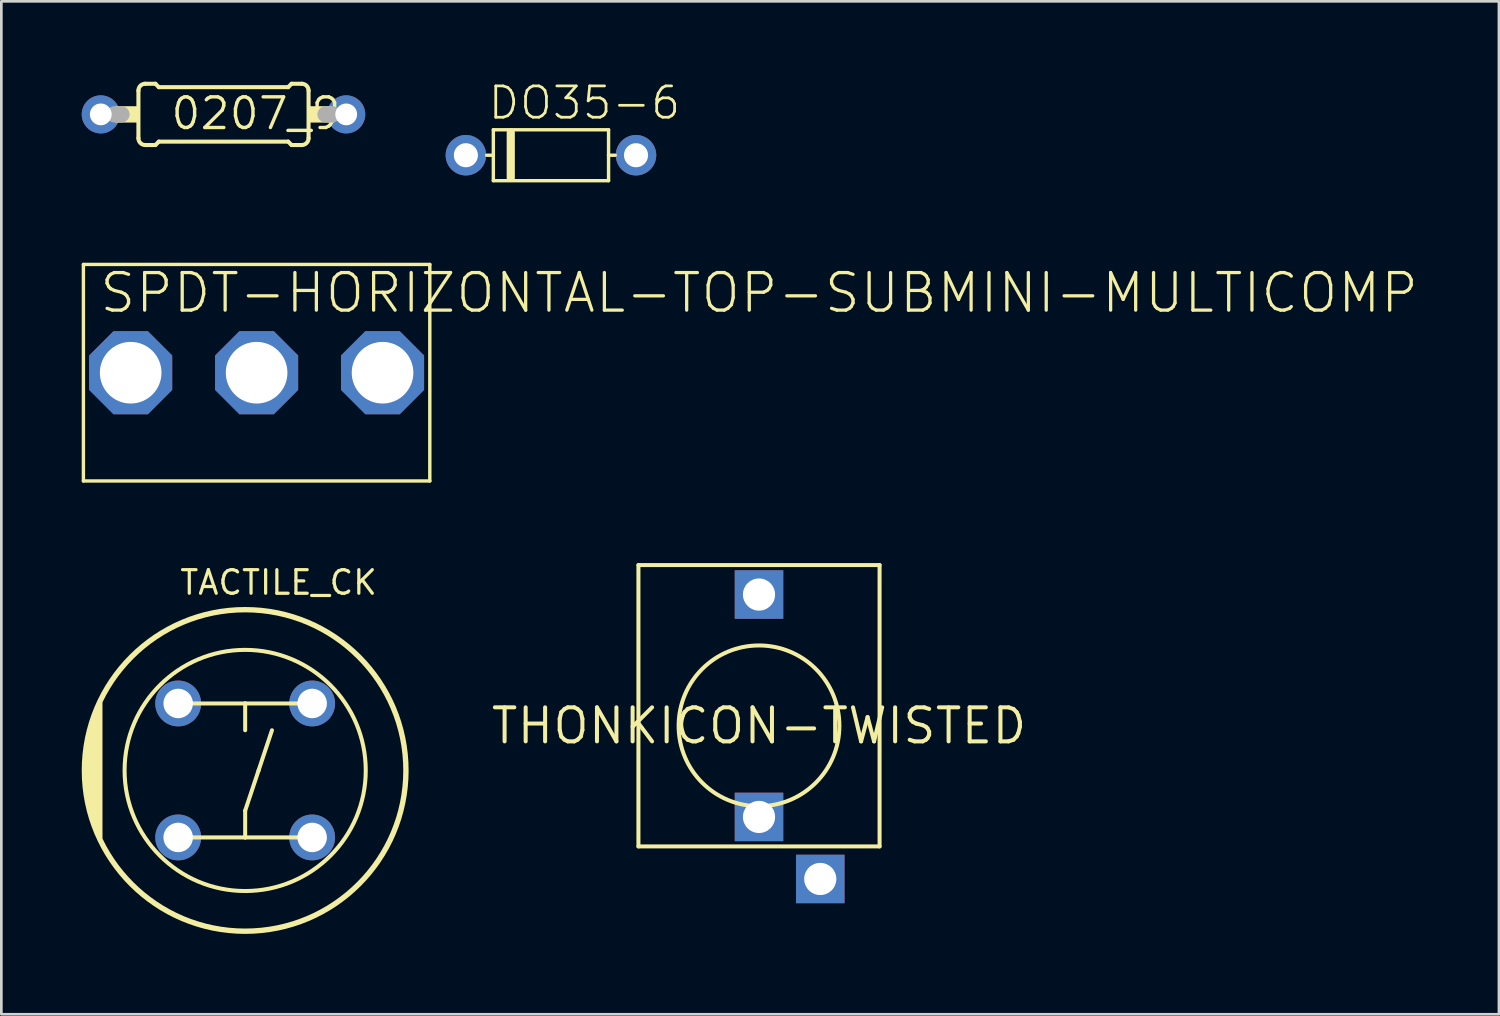
<source format=kicad_pcb>
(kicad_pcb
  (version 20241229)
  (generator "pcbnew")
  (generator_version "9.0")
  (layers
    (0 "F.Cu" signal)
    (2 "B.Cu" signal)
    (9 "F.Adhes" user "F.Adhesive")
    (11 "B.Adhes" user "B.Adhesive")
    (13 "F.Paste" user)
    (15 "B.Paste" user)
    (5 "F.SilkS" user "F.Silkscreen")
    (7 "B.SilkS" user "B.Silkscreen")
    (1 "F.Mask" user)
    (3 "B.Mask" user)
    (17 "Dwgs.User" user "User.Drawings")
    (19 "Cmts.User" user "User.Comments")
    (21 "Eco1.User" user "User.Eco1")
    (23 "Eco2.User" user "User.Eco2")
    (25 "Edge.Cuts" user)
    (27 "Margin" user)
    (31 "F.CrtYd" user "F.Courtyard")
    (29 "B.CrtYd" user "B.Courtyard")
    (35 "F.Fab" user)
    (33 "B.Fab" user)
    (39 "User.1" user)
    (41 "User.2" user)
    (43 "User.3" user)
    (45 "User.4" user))
  (footprint "SPDT-HORIZONTAL-TOP-SUBMINI-MULTICOMP"
    (layer "F.Cu")
    (at 6.527 10.86)
    (property "Reference" "SPDT-HORIZONTAL-TOP-SUBMINI-MULTICOMP" (at -5.928 -2.158 0) (layer "F.SilkS") (effects (font (size 1.402 1.402) (thickness 0.122)) (justify left bottom)))
    (fp_line (start -6.464 -4.04) (end -6.464 4.04) (stroke (width 0.127) (type solid)) (layer "F.SilkS"))
    (fp_line (start -6.464 4.04) (end 6.464 4.04) (stroke (width 0.127) (type solid)) (layer "F.SilkS"))
    (fp_line (start 6.464 -4.04) (end -6.464 -4.04) (stroke (width 0.127) (type solid)) (layer "F.SilkS"))
    (fp_line (start 6.464 4.04) (end 6.464 -4.04) (stroke (width 0.127) (type solid)) (layer "F.SilkS"))
    (pad "1" thru_hole roundrect (at 4.7 0 90) (size 3.1 3.1) (drill 2.3) (layers "*.Cu" "*.Mask") (roundrect_rratio 0.25) (chamfer_ratio 0.293) (chamfer top_left top_right bottom_left bottom_right))
    (pad "2" thru_hole roundrect (at 0 0 90) (size 3.1 3.1) (drill 2.3) (layers "*.Cu" "*.Mask") (roundrect_rratio 0.25) (chamfer_ratio 0.293) (chamfer top_left top_right bottom_left bottom_right))
    (pad "3" thru_hole roundrect (at -4.7 0 90) (size 3.1 3.1) (drill 2.3) (layers "*.Cu" "*.Mask") (roundrect_rratio 0.25) (chamfer_ratio 0.293) (chamfer top_left top_right bottom_left bottom_right)))
  (footprint "0207_9"
    (layer "F.Cu")
    (at 5.291 1.219)
    (property "Reference" "0207_9" (at -2.032 0.635 0) (layer "F.SilkS") (effects (font (size 1.143 1.143) (thickness 0.127)) (justify left bottom)))
    (fp_line (start -3.175 0.889) (end -3.175 -0.889) (stroke (width 0.152) (type solid)) (layer "F.SilkS"))
    (fp_line (start -2.921 -1.143) (end -2.54 -1.143) (stroke (width 0.152) (type solid)) (layer "F.SilkS"))
    (fp_line (start -2.921 1.143) (end -2.54 1.143) (stroke (width 0.152) (type solid)) (layer "F.SilkS"))
    (fp_line (start -2.413 -1.016) (end -2.54 -1.143) (stroke (width 0.152) (type solid)) (layer "F.SilkS"))
    (fp_line (start -2.413 1.016) (end -2.54 1.143) (stroke (width 0.152) (type solid)) (layer "F.SilkS"))
    (fp_line (start 2.413 -1.016) (end -2.413 -1.016) (stroke (width 0.152) (type solid)) (layer "F.SilkS"))
    (fp_line (start 2.413 -1.016) (end 2.54 -1.143) (stroke (width 0.152) (type solid)) (layer "F.SilkS"))
    (fp_line (start 2.413 1.016) (end -2.413 1.016) (stroke (width 0.152) (type solid)) (layer "F.SilkS"))
    (fp_line (start 2.413 1.016) (end 2.54 1.143) (stroke (width 0.152) (type solid)) (layer "F.SilkS"))
    (fp_line (start 2.921 -1.143) (end 2.54 -1.143) (stroke (width 0.152) (type solid)) (layer "F.SilkS"))
    (fp_line (start 2.921 1.143) (end 2.54 1.143) (stroke (width 0.152) (type solid)) (layer "F.SilkS"))
    (fp_line (start 3.175 0.889) (end 3.175 -0.889) (stroke (width 0.152) (type solid)) (layer "F.SilkS"))
    (fp_arc (start -3.175 -0.889) (mid -3.100605 -1.068605) (end -2.921 -1.143) (stroke (width 0.1524) (type solid)) (layer "F.SilkS"))
    (fp_arc (start -2.921 1.143) (mid -3.100605 1.068605) (end -3.175 0.889) (stroke (width 0.1524) (type solid)) (layer "F.SilkS"))
    (fp_arc (start 2.921 -1.143) (mid 3.100605 -1.068605) (end 3.175 -0.889) (stroke (width 0.1524) (type solid)) (layer "F.SilkS"))
    (fp_arc (start 3.175 0.889) (mid 3.100605 1.068605) (end 2.921 1.143) (stroke (width 0.1524) (type solid)) (layer "F.SilkS"))
    (fp_poly (pts (xy -4.039 0.305) (xy -3.175 0.305) (xy -3.175 -0.305) (xy -4.039 -0.305)) (stroke (width 0) (type solid)) (fill yes) (layer "F.SilkS"))
    (fp_poly (pts (xy 3.175 0.305) (xy 4.039 0.305) (xy 4.039 -0.305) (xy 3.175 -0.305)) (stroke (width 0) (type solid)) (fill yes) (layer "F.SilkS"))
    (fp_line (start -3.81 0) (end -4.064 0) (stroke (width 0.61) (type solid)) (layer "F.Fab"))
    (fp_line (start 3.81 0) (end 4.064 0) (stroke (width 0.61) (type solid)) (layer "F.Fab"))
    (pad "1" thru_hole circle (at -4.58 0) (size 1.422 1.422) (drill 0.813) (layers "*.Cu" "*.Mask"))
    (pad "2" thru_hole circle (at 4.58 0) (size 1.422 1.422) (drill 0.813) (layers "*.Cu" "*.Mask")))
  (footprint "DO35-6"
    (layer "F.Cu")
    (at 17.512 2.743)
    (property "Reference" "DO35-6" (at -2.405 -1.27 0) (layer "F.SilkS") (effects (font (size 1.168 1.168) (thickness 0.102)) (justify left bottom)))
    (fp_line (start -2.15 -0.95) (end 2.15 -0.95) (stroke (width 0.127) (type solid)) (layer "F.SilkS"))
    (fp_line (start -2.15 0) (end -2.4 0) (stroke (width 0.127) (type solid)) (layer "F.SilkS"))
    (fp_line (start -2.15 0) (end -2.15 -0.95) (stroke (width 0.127) (type solid)) (layer "F.SilkS"))
    (fp_line (start -2.15 0.95) (end -2.15 0) (stroke (width 0.127) (type solid)) (layer "F.SilkS"))
    (fp_line (start -1.5 -0.85) (end -1.5 0.85) (stroke (width 0.305) (type solid)) (layer "F.SilkS"))
    (fp_line (start 2.15 -0.95) (end 2.15 0) (stroke (width 0.127) (type solid)) (layer "F.SilkS"))
    (fp_line (start 2.15 0) (end 2.15 0.95) (stroke (width 0.127) (type solid)) (layer "F.SilkS"))
    (fp_line (start 2.15 0) (end 2.4 0) (stroke (width 0.127) (type solid)) (layer "F.SilkS"))
    (fp_line (start 2.15 0.95) (end -2.15 0.95) (stroke (width 0.127) (type solid)) (layer "F.SilkS"))
    (pad "ANODE" thru_hole circle (at 3.175 0) (size 1.51 1.51) (drill 0.9) (layers "*.Cu" "*.Mask"))
    (pad "CATHODE" thru_hole circle (at -3.175 0) (size 1.51 1.51) (drill 0.9) (layers "*.Cu" "*.Mask")))
  (footprint "TACTILE_CK"
    (layer "F.Cu")
    (at 6.1 25.704)
    (property "Reference" "TACTILE_CK" (at -2.5 -6.5 0) (layer "F.SilkS") (effects (font (size 0.88 0.88) (thickness 0.12)) (justify left bottom)))
    (fp_line (start -5.9 -0.7) (end -5.9 0.6) (stroke (width 0.15) (type solid)) (layer "F.SilkS"))
    (fp_line (start -5.8 -1.3) (end -5.8 1.3) (stroke (width 0.15) (type solid)) (layer "F.SilkS"))
    (fp_line (start -5.7 -1.7) (end -5.7 1.7) (stroke (width 0.15) (type solid)) (layer "F.SilkS"))
    (fp_line (start -5.6 2) (end -5.6 -2) (stroke (width 0.15) (type solid)) (layer "F.SilkS"))
    (fp_line (start -5.5 -2.3) (end -5.5 2.3) (stroke (width 0.15) (type solid)) (layer "F.SilkS"))
    (fp_line (start -5.4 -2.5) (end -5.4 2.5) (stroke (width 0.15) (type solid)) (layer "F.SilkS"))
    (fp_line (start -2 -2.5) (end 0 -2.5) (stroke (width 0.15) (type solid)) (layer "F.SilkS"))
    (fp_line (start -2 2.5) (end 0 2.5) (stroke (width 0.15) (type solid)) (layer "F.SilkS"))
    (fp_line (start 0 -2.5) (end 0 -1.5) (stroke (width 0.15) (type solid)) (layer "F.SilkS"))
    (fp_line (start 0 -2.5) (end 2 -2.5) (stroke (width 0.15) (type solid)) (layer "F.SilkS"))
    (fp_line (start 0 1.5) (end 0.5 0) (stroke (width 0.15) (type solid)) (layer "F.SilkS"))
    (fp_line (start 0 2.5) (end 0 1.5) (stroke (width 0.15) (type solid)) (layer "F.SilkS"))
    (fp_line (start 0 2.5) (end 2 2.5) (stroke (width 0.15) (type solid)) (layer "F.SilkS"))
    (fp_line (start 0.5 0) (end 1 -1.5) (stroke (width 0.15) (type solid)) (layer "F.SilkS"))
    (fp_circle (center 0 0) (end 4.5 0) (stroke (width 0.15) (type solid)) (fill no) (layer "F.SilkS"))
    (fp_circle (center 0 0) (end 6 0) (stroke (width 0.2) (type solid)) (fill no) (layer "F.SilkS"))
    (pad "P$1" thru_hole circle (at -2.5 -2.5) (size 1.71 1.71) (drill 1.1) (layers "*.Cu" "*.Mask"))
    (pad "P$2" thru_hole circle (at 2.5 -2.5) (size 1.71 1.71) (drill 1.1) (layers "*.Cu" "*.Mask"))
    (pad "P$3" thru_hole circle (at -2.5 2.5) (size 1.71 1.71) (drill 1.1) (layers "*.Cu" "*.Mask"))
    (pad "P$4" thru_hole circle (at 2.5 2.5) (size 1.71 1.71) (drill 1.1) (layers "*.Cu" "*.Mask")))
  (footprint "THONKICON-TWISTED"
    (layer "F.Cu")
    (at 25.277 24.039)
    (property "Reference" "THONKICON-TWISTED" (at 0 0 0) (layer "F.SilkS") (effects (font (size 1.27 1.27) (thickness 0.15))))
    (fp_line (start -4.5 -6) (end -4.5 4.5) (stroke (width 0.15) (type solid)) (layer "F.SilkS"))
    (fp_line (start -4.5 4.5) (end 4.5 4.5) (stroke (width 0.15) (type solid)) (layer "F.SilkS"))
    (fp_line (start 4.5 -6) (end -4.5 -6) (stroke (width 0.15) (type solid)) (layer "F.SilkS"))
    (fp_line (start 4.5 4.5) (end 4.5 -6) (stroke (width 0.15) (type solid)) (layer "F.SilkS"))
    (fp_circle (center 0 0) (end 3 0) (stroke (width 0.15) (type solid)) (fill no) (layer "F.SilkS"))
    (pad "NORMAL" thru_hole rect (at 0 3.4) (size 1.81 1.81) (drill 1.2) (layers "*.Cu" "*.Mask"))
    (pad "RING" thru_hole rect (at 2.286 5.715) (size 1.81 1.81) (drill 1.2) (layers "*.Cu" "*.Mask"))
    (pad "TIP" thru_hole rect (at 0 -4.9) (size 1.81 1.81) (drill 1.2) (layers "*.Cu" "*.Mask")))
  (gr_rect
    (start -3 -3)
    (end 52.892 34.804)
    (stroke (width 0.1) (type default))
    (fill no)
    (layer "Edge.Cuts")))
</source>
